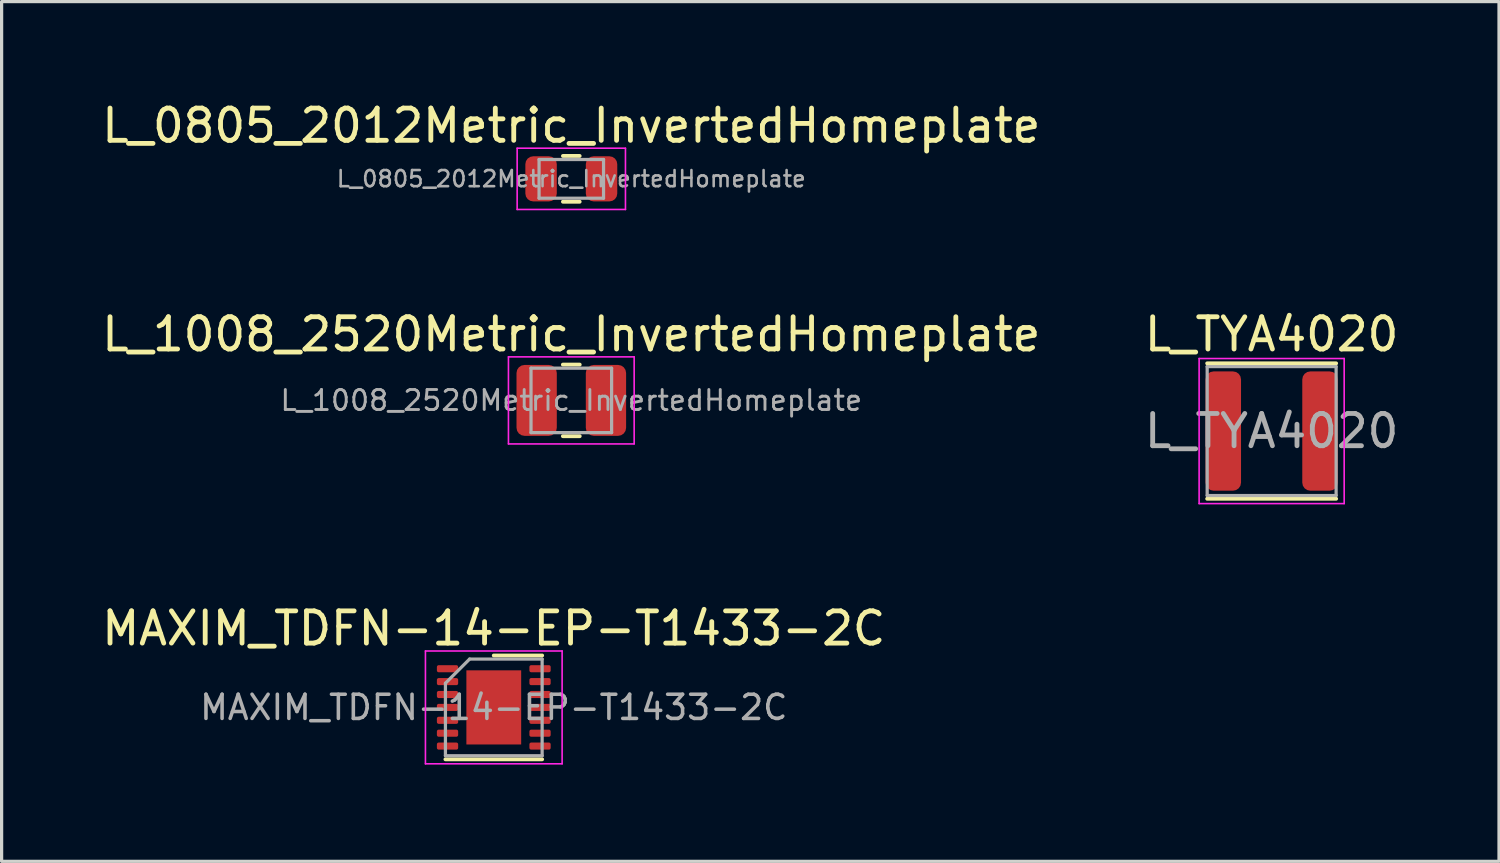
<source format=kicad_pcb>
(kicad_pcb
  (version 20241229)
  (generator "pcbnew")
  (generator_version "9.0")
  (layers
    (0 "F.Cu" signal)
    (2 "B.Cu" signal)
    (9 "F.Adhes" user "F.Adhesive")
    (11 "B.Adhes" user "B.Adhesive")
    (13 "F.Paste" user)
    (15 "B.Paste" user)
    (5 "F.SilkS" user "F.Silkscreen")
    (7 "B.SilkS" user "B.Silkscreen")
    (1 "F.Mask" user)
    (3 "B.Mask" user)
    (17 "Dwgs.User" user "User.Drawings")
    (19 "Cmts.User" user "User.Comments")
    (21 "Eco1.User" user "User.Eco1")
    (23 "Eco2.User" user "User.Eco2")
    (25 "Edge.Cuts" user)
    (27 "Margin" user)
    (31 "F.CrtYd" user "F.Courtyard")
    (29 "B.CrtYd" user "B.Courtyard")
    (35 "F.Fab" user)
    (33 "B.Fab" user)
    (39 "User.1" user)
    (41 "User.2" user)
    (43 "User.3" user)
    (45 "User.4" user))
  (footprint "L_0805_2012Metric_InvertedHomeplate"
    (layer "F.Cu")
    (at 14.673 2.498)
    (property "Reference" "L_0805_2012Metric_InvertedHomeplate" (at 0 -1.65 0) (layer "F.SilkS") (effects (font (size 1 1) (thickness 0.15))))
    (attr smd)
    (fp_line (start -0.259 -0.71) (end 0.259 -0.71) (stroke (width 0.12) (type solid)) (layer "F.SilkS"))
    (fp_line (start -0.259 0.71) (end 0.259 0.71) (stroke (width 0.12) (type solid)) (layer "F.SilkS"))
    (fp_line (start -1.68 -0.95) (end 1.68 -0.95) (stroke (width 0.05) (type solid)) (layer "F.CrtYd"))
    (fp_line (start -1.68 0.95) (end -1.68 -0.95) (stroke (width 0.05) (type solid)) (layer "F.CrtYd"))
    (fp_line (start 1.68 -0.95) (end 1.68 0.95) (stroke (width 0.05) (type solid)) (layer "F.CrtYd"))
    (fp_line (start 1.68 0.95) (end -1.68 0.95) (stroke (width 0.05) (type solid)) (layer "F.CrtYd"))
    (fp_line (start -1 -0.6) (end 1 -0.6) (stroke (width 0.1) (type solid)) (layer "F.Fab"))
    (fp_line (start -1 0.6) (end -1 -0.6) (stroke (width 0.1) (type solid)) (layer "F.Fab"))
    (fp_line (start 1 -0.6) (end 1 0.6) (stroke (width 0.1) (type solid)) (layer "F.Fab"))
    (fp_line (start 1 0.6) (end -1 0.6) (stroke (width 0.1) (type solid)) (layer "F.Fab"))
    (fp_text user "${REFERENCE}" (at 0 0 0) (layer "F.Fab") (effects (font (size 0.5 0.5) (thickness 0.08))))
    (pad "" smd custom (at -0.938 0) (size 0.1 0.1) (layers "F.Paste") (options (anchor rect)) (primitives (gr_poly (pts (xy 0.163 0) (xy 0.421 0.557) (xy 0.244 0.7) (xy -0.244 0.7) (xy -0.487 0.456) (xy -0.487 -0.456) (xy -0.244 -0.7) (xy 0.244 -0.7) (xy 0.421 -0.557)) (width 0) (fill yes)) (gr_arc (start 0.2438 -0.6286) (mid 0.303753 -0.61784) (end 0.356222 -0.586902) (width 0.1428)) (gr_arc (start 0.356157 0.586927) (mid 0.303718 0.617847) (end 0.2438 0.6286) (width 0.1428)) (gr_arc (start -0.4161 -0.4562) (mid -0.365605 -0.578105) (end -0.2437 -0.6286) (width 0.1428)) (gr_arc (start -0.2437 0.6286) (mid -0.365534 0.578134) (end -0.416 0.4563) (width 0.1428))))
    (pad "" smd custom (at 0.938 0 180) (size 0.1 0.1) (layers "F.Paste") (options (anchor rect)) (primitives (gr_poly (pts (xy 0.163 0) (xy 0.421 0.557) (xy 0.244 0.7) (xy -0.244 0.7) (xy -0.487 0.456) (xy -0.487 -0.456) (xy -0.244 -0.7) (xy 0.244 -0.7) (xy 0.421 -0.557)) (width 0) (fill yes)) (gr_arc (start 0.2438 -0.6286) (mid 0.303753 -0.61784) (end 0.356222 -0.586902) (width 0.1428)) (gr_arc (start 0.356157 0.586927) (mid 0.303718 0.617847) (end 0.2438 0.6286) (width 0.1428)) (gr_arc (start -0.4161 -0.4562) (mid -0.365605 -0.578105) (end -0.2437 -0.6286) (width 0.1428)) (gr_arc (start -0.2437 0.6286) (mid -0.365534 0.578134) (end -0.416 0.4563) (width 0.1428))))
    (pad "1" smd roundrect (at -0.938 0) (size 0.975 1.4) (layers "F.Cu" "F.Mask") (roundrect_rratio 0.25))
    (pad "2" smd roundrect (at 0.938 0) (size 0.975 1.4) (layers "F.Cu" "F.Mask") (roundrect_rratio 0.25)))
  (footprint "L_TYA4020"
    (layer "F.Cu")
    (at 36.399 10.322)
    (property "Reference" "L_TYA4020" (at 0 -3 0) (layer "F.SilkS") (effects (font (size 1 1) (thickness 0.15))))
    (attr smd)
    (fp_line (start -2 -2.1) (end 2 -2.1) (stroke (width 0.12) (type solid)) (layer "F.SilkS"))
    (fp_line (start -2 2.1) (end 2 2.1) (stroke (width 0.12) (type solid)) (layer "F.SilkS"))
    (fp_line (start -2.25 -2.25) (end -2.25 2.25) (stroke (width 0.05) (type solid)) (layer "F.CrtYd"))
    (fp_line (start -2.25 2.25) (end 2.25 2.25) (stroke (width 0.05) (type solid)) (layer "F.CrtYd"))
    (fp_line (start 2.25 -2.25) (end -2.25 -2.25) (stroke (width 0.05) (type solid)) (layer "F.CrtYd"))
    (fp_line (start 2.25 2.25) (end 2.25 -2.25) (stroke (width 0.05) (type solid)) (layer "F.CrtYd"))
    (fp_line (start -2 -2) (end -2 2) (stroke (width 0.1) (type solid)) (layer "F.Fab"))
    (fp_line (start -2 2) (end 2 2) (stroke (width 0.1) (type solid)) (layer "F.Fab"))
    (fp_line (start 2 -2) (end -2 -2) (stroke (width 0.1) (type solid)) (layer "F.Fab"))
    (fp_line (start 2 2) (end 2 -2) (stroke (width 0.1) (type solid)) (layer "F.Fab"))
    (fp_text user "${REFERENCE}" (at 0 0 0) (layer "F.Fab") (effects (font (size 1 1) (thickness 0.15))))
    (pad "1" smd roundrect (at -1.5 0) (size 1.1 3.7) (layers "F.Cu" "F.Mask" "F.Paste") (roundrect_rratio 0.227))
    (pad "2" smd roundrect (at 1.5 0) (size 1.1 3.7) (layers "F.Cu" "F.Mask" "F.Paste") (roundrect_rratio 0.227)))
  (footprint "L_1008_2520Metric_InvertedHomeplate"
    (layer "F.Cu")
    (at 14.673 9.371)
    (property "Reference" "L_1008_2520Metric_InvertedHomeplate" (at 0 -2.05 0) (layer "F.SilkS") (effects (font (size 1 1) (thickness 0.15))))
    (attr smd)
    (fp_line (start -0.261 -1.11) (end 0.261 -1.11) (stroke (width 0.12) (type solid)) (layer "F.SilkS"))
    (fp_line (start -0.261 1.11) (end 0.261 1.11) (stroke (width 0.12) (type solid)) (layer "F.SilkS"))
    (fp_line (start -1.95 -1.35) (end 1.95 -1.35) (stroke (width 0.05) (type solid)) (layer "F.CrtYd"))
    (fp_line (start -1.95 1.35) (end -1.95 -1.35) (stroke (width 0.05) (type solid)) (layer "F.CrtYd"))
    (fp_line (start 1.95 -1.35) (end 1.95 1.35) (stroke (width 0.05) (type solid)) (layer "F.CrtYd"))
    (fp_line (start 1.95 1.35) (end -1.95 1.35) (stroke (width 0.05) (type solid)) (layer "F.CrtYd"))
    (fp_line (start -1.25 -1) (end 1.25 -1) (stroke (width 0.1) (type solid)) (layer "F.Fab"))
    (fp_line (start -1.25 1) (end -1.25 -1) (stroke (width 0.1) (type solid)) (layer "F.Fab"))
    (fp_line (start 1.25 -1) (end 1.25 1) (stroke (width 0.1) (type solid)) (layer "F.Fab"))
    (fp_line (start 1.25 1) (end -1.25 1) (stroke (width 0.1) (type solid)) (layer "F.Fab"))
    (fp_text user "${REFERENCE}" (at 0 0 0) (layer "F.Fab") (effects (font (size 0.62 0.62) (thickness 0.09))))
    (pad "" smd custom (at -1.075 0) (size 0.1 0.1) (layers "F.Paste") (options (anchor rect)) (primitives (gr_poly (pts (xy 0.208 0) (xy 0.568 0.95) (xy 0.375 1.1) (xy -0.375 1.1) (xy -0.625 0.85) (xy -0.625 -0.85) (xy -0.375 -1.1) (xy 0.375 -1.1) (xy 0.568 -0.95)) (width 0) (fill yes)) (gr_arc (start 0.375 -1.0268) (mid 0.442231 -1.013518) (end 0.49936 -0.975669) (width 0.1464)) (gr_arc (start 0.49936 0.975669) (mid 0.44223 1.013518) (end 0.375 1.0268) (width 0.1464)) (gr_arc (start -0.5518 -0.85) (mid -0.500016 -0.975016) (end -0.375 -1.0268) (width 0.1464)) (gr_arc (start -0.375 1.0268) (mid -0.500016 0.975016) (end -0.5518 0.85) (width 0.1464))))
    (pad "" smd custom (at 1.075 0 180) (size 0.1 0.1) (layers "F.Paste") (options (anchor rect)) (primitives (gr_poly (pts (xy 0.208 0) (xy 0.568 0.95) (xy 0.375 1.1) (xy -0.375 1.1) (xy -0.625 0.85) (xy -0.625 -0.85) (xy -0.375 -1.1) (xy 0.375 -1.1) (xy 0.568 -0.95)) (width 0) (fill yes)) (gr_arc (start 0.375 -1.0268) (mid 0.442231 -1.013518) (end 0.49936 -0.975669) (width 0.1464)) (gr_arc (start 0.49936 0.975669) (mid 0.44223 1.013518) (end 0.375 1.0268) (width 0.1464)) (gr_arc (start -0.5518 -0.85) (mid -0.500016 -0.975016) (end -0.375 -1.0268) (width 0.1464)) (gr_arc (start -0.375 1.0268) (mid -0.500016 0.975016) (end -0.5518 0.85) (width 0.1464))))
    (pad "1" smd roundrect (at -1.075 0) (size 1.25 2.2) (layers "F.Cu" "F.Mask") (roundrect_rratio 0.2))
    (pad "2" smd roundrect (at 1.075 0) (size 1.25 2.2) (layers "F.Cu" "F.Mask") (roundrect_rratio 0.2)))
  (footprint "MAXIM_TDFN-14-EP-T1433-2C"
    (layer "F.Cu")
    (at 12.268 18.895)
    (property "Reference" "MAXIM_TDFN-14-EP-T1433-2C" (at 0 -2.45 0) (layer "F.SilkS") (effects (font (size 1 1) (thickness 0.15))))
    (attr smd)
    (fp_line (start -1.5 1.61) (end 1.5 1.61) (stroke (width 0.12) (type solid)) (layer "F.SilkS"))
    (fp_line (start 0 -1.61) (end 1.5 -1.61) (stroke (width 0.12) (type solid)) (layer "F.SilkS"))
    (fp_line (start -2.12 -1.75) (end -2.12 1.75) (stroke (width 0.05) (type solid)) (layer "F.CrtYd"))
    (fp_line (start -2.12 1.75) (end 2.12 1.75) (stroke (width 0.05) (type solid)) (layer "F.CrtYd"))
    (fp_line (start 2.12 -1.75) (end -2.12 -1.75) (stroke (width 0.05) (type solid)) (layer "F.CrtYd"))
    (fp_line (start 2.12 1.75) (end 2.12 -1.75) (stroke (width 0.05) (type solid)) (layer "F.CrtYd"))
    (fp_line (start -1.5 -0.75) (end -0.75 -1.5) (stroke (width 0.1) (type solid)) (layer "F.Fab"))
    (fp_line (start -1.5 1.5) (end -1.5 -0.75) (stroke (width 0.1) (type solid)) (layer "F.Fab"))
    (fp_line (start -0.75 -1.5) (end 1.5 -1.5) (stroke (width 0.1) (type solid)) (layer "F.Fab"))
    (fp_line (start 1.5 -1.5) (end 1.5 1.5) (stroke (width 0.1) (type solid)) (layer "F.Fab"))
    (fp_line (start 1.5 1.5) (end -1.5 1.5) (stroke (width 0.1) (type solid)) (layer "F.Fab"))
    (fp_text user "${REFERENCE}" (at 0 0 0) (layer "F.Fab") (effects (font (size 0.75 0.75) (thickness 0.11))))
    (pad "" smd rect (at -0.425 -0.575) (size 0.6 0.9) (layers "F.Paste"))
    (pad "" smd rect (at -0.425 0.575) (size 0.6 0.9) (layers "F.Paste"))
    (pad "" smd rect (at 0.425 -0.575) (size 0.6 0.9) (layers "F.Paste"))
    (pad "" smd rect (at 0.425 0.575) (size 0.6 0.9) (layers "F.Paste"))
    (pad "1" smd roundrect (at -1.435 -1.2) (size 0.66 0.22) (layers "F.Cu" "F.Mask" "F.Paste") (roundrect_rratio 0.25))
    (pad "2" smd roundrect (at -1.435 -0.8) (size 0.66 0.22) (layers "F.Cu" "F.Mask" "F.Paste") (roundrect_rratio 0.25))
    (pad "3" smd roundrect (at -1.435 -0.4) (size 0.66 0.22) (layers "F.Cu" "F.Mask" "F.Paste") (roundrect_rratio 0.25))
    (pad "4" smd roundrect (at -1.435 0) (size 0.66 0.22) (layers "F.Cu" "F.Mask" "F.Paste") (roundrect_rratio 0.25))
    (pad "5" smd roundrect (at -1.435 0.4) (size 0.66 0.22) (layers "F.Cu" "F.Mask" "F.Paste") (roundrect_rratio 0.25))
    (pad "6" smd roundrect (at -1.435 0.8) (size 0.66 0.22) (layers "F.Cu" "F.Mask" "F.Paste") (roundrect_rratio 0.25))
    (pad "7" smd roundrect (at -1.435 1.2) (size 0.66 0.22) (layers "F.Cu" "F.Mask" "F.Paste") (roundrect_rratio 0.25))
    (pad "8" smd roundrect (at 1.435 1.2) (size 0.66 0.22) (layers "F.Cu" "F.Mask" "F.Paste") (roundrect_rratio 0.25))
    (pad "9" smd roundrect (at 1.435 0.8) (size 0.66 0.22) (layers "F.Cu" "F.Mask" "F.Paste") (roundrect_rratio 0.25))
    (pad "10" smd roundrect (at 1.435 0.4) (size 0.66 0.22) (layers "F.Cu" "F.Mask" "F.Paste") (roundrect_rratio 0.25))
    (pad "11" smd roundrect (at 1.435 0) (size 0.66 0.22) (layers "F.Cu" "F.Mask" "F.Paste") (roundrect_rratio 0.25))
    (pad "12" smd roundrect (at 1.435 -0.4) (size 0.66 0.22) (layers "F.Cu" "F.Mask" "F.Paste") (roundrect_rratio 0.25))
    (pad "13" smd roundrect (at 1.435 -0.8) (size 0.66 0.22) (layers "F.Cu" "F.Mask" "F.Paste") (roundrect_rratio 0.25))
    (pad "14" smd roundrect (at 1.435 -1.2) (size 0.66 0.22) (layers "F.Cu" "F.Mask" "F.Paste") (roundrect_rratio 0.25))
    (pad "15" smd rect (at 0 0) (size 1.7 2.3) (layers "F.Cu" "F.Mask")))
  (gr_rect
    (start -3 -3)
    (end 43.452 23.67)
    (stroke (width 0.1) (type default))
    (fill no)
    (layer "Edge.Cuts")))
</source>
